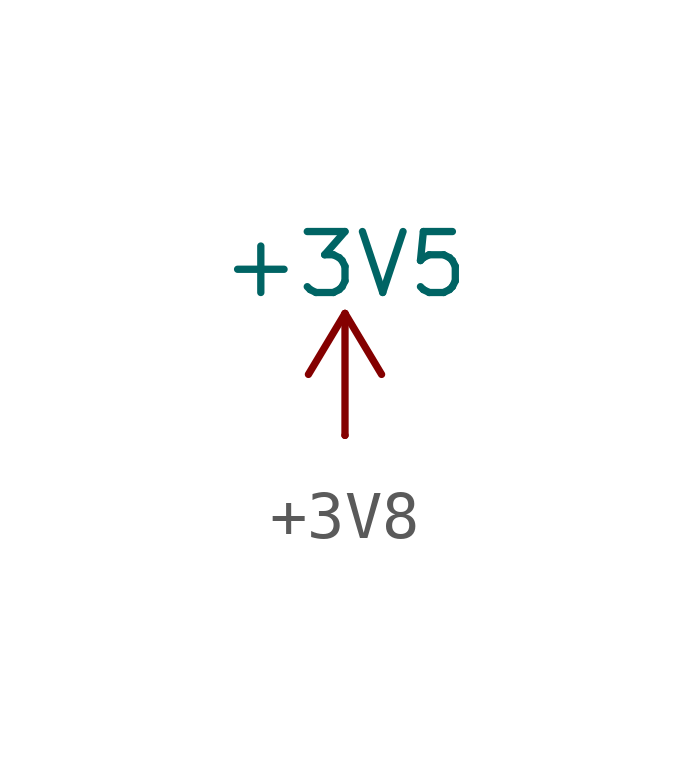
<source format=kicad_sym>
(kicad_symbol_lib
  (version 20231120)
  (generator "kicad_symbol_editor")
  (generator_version "8.0")
  (symbol "+3V8"
    (power)
    (pin_numbers hide)
    (pin_names
      (offset 0) hide)
    (property "Reference" "#PWR"
      (at 0 -3.81 0)
      (effects (font (size 1.27 1.27)) (hide yes)))
    (property "Value" "+3V5"
      (at 0 3.556 0)
      (effects (font (size 1.27 1.27))))
    (symbol "+3V8_0_1"
      (polyline (pts (xy -0.762 1.27) (xy 0 2.54)) (stroke (width 0) (type default)) (fill (type none)))
      (polyline (pts (xy 0 0) (xy 0 2.54)) (stroke (width 0) (type default)) (fill (type none)))
      (polyline (pts (xy 0 2.54) (xy 0.762 1.27)) (stroke (width 0) (type default)) (fill (type none))))
    (symbol "+3V8_1_1"
      (pin power_in line (at 0 0 90) (length 0) (name "~" (effects (font (size 1.27 1.27)))) (number "1" (effects (font (size 1.27 1.27))))))))
</source>
